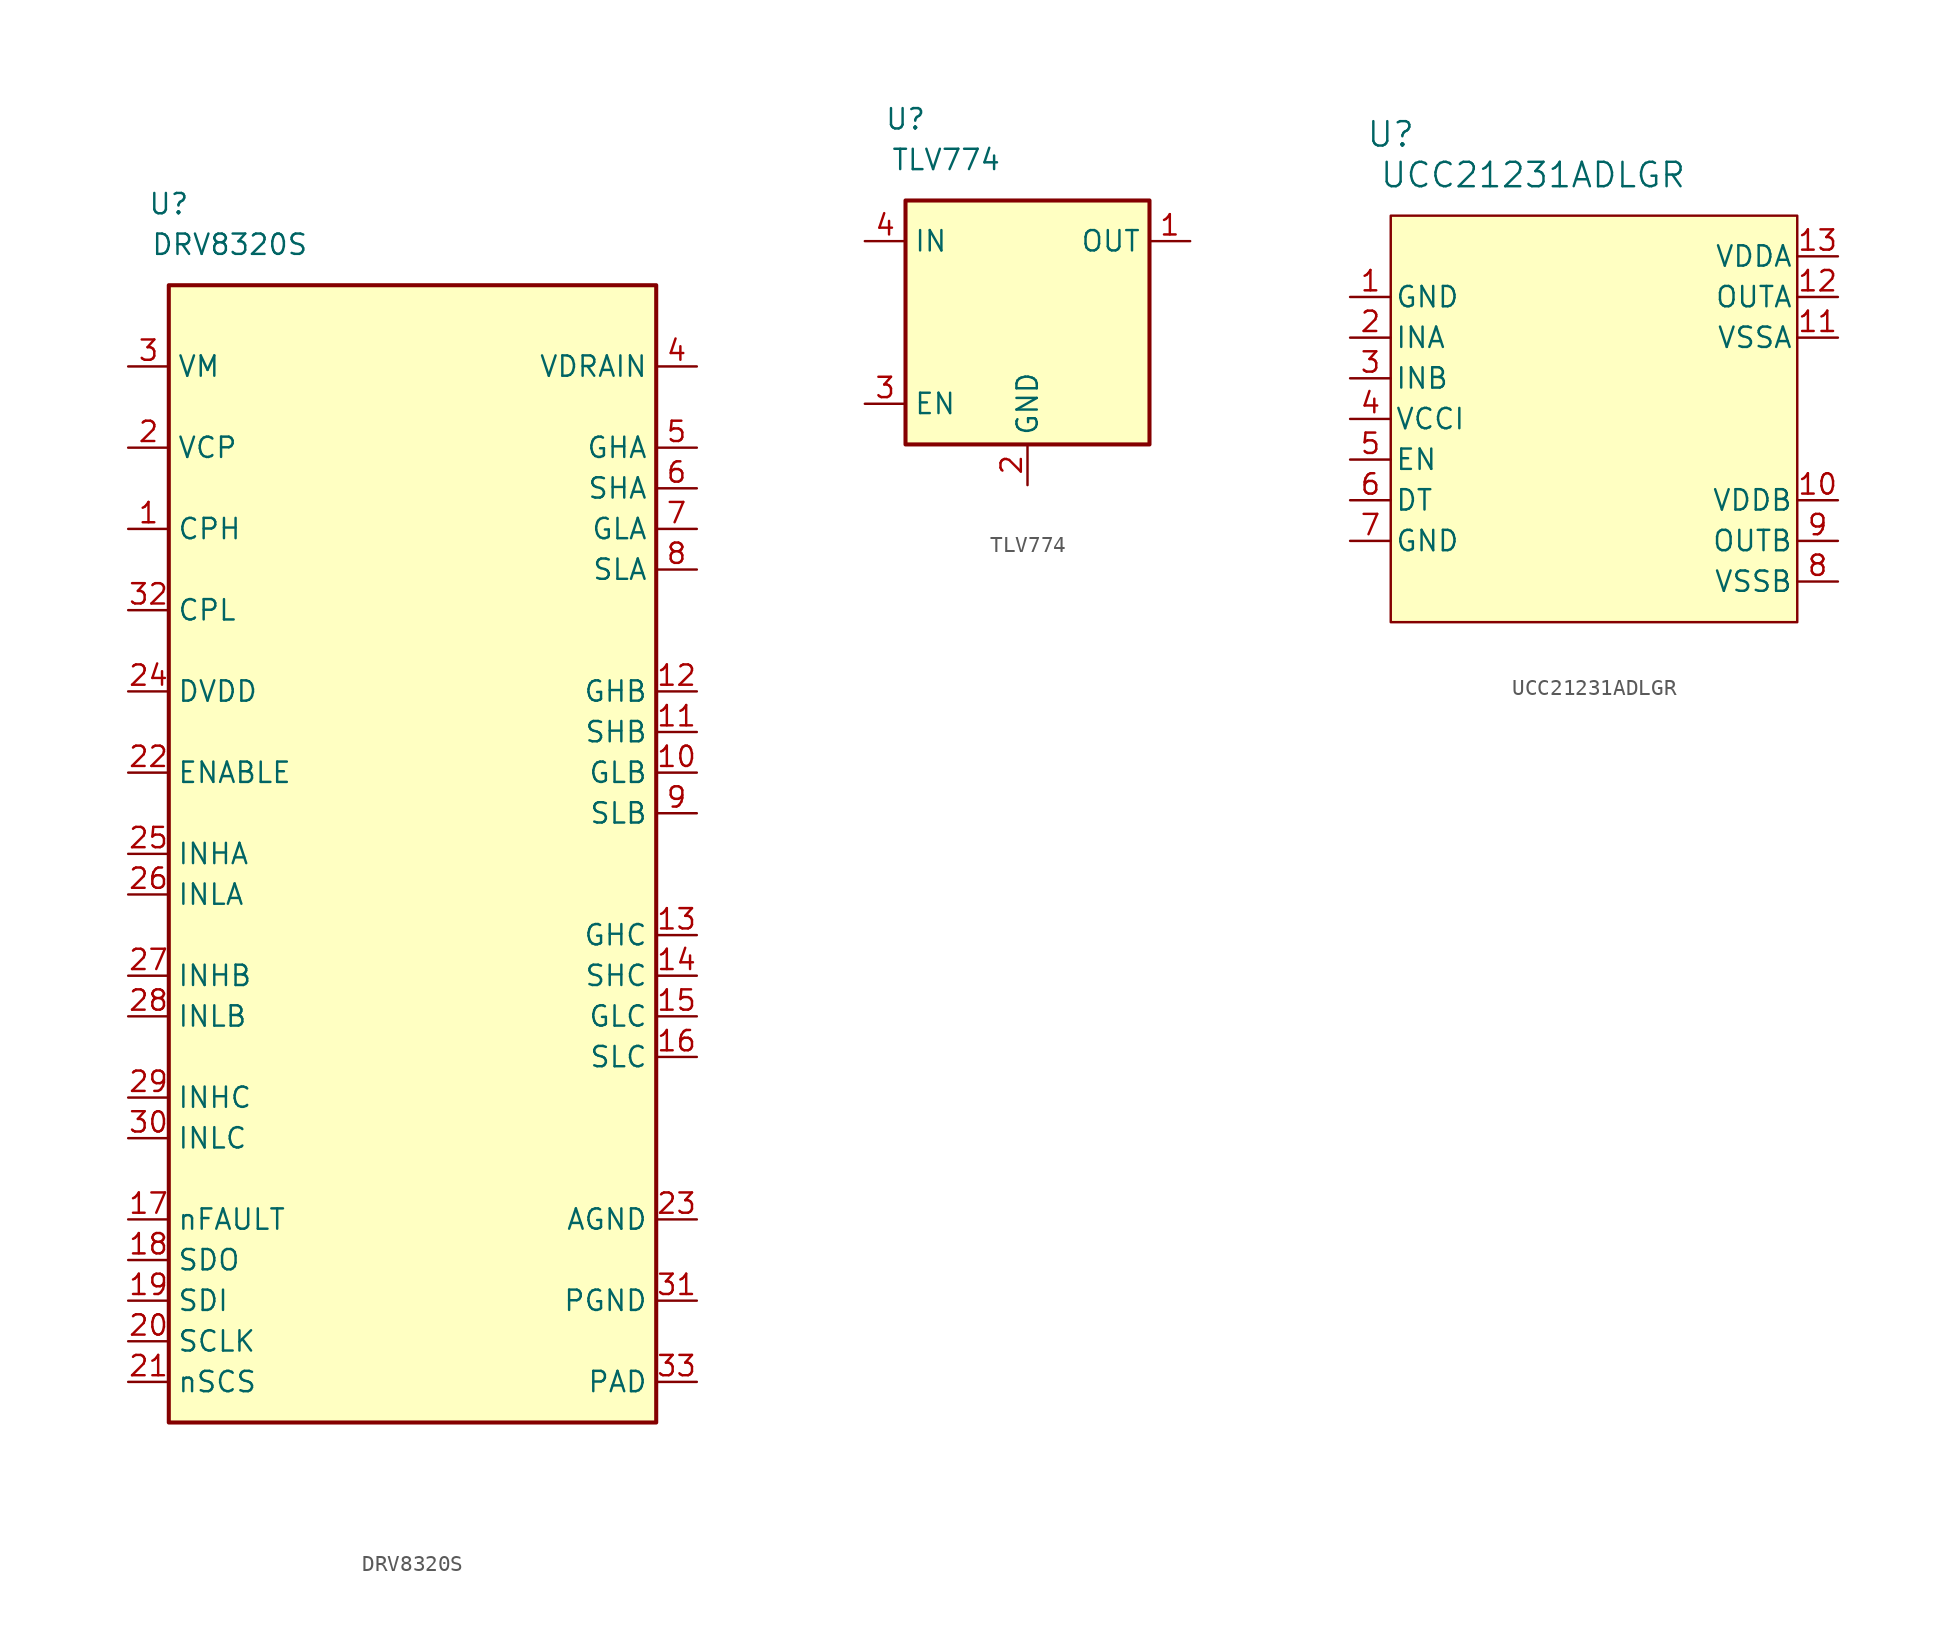
<source format=kicad_sym>
(kicad_symbol_lib
  (version 20231120)
  (generator "kicad_symbol_editor")
  (generator_version "8.0")
  (symbol "DRV8320S"
    (property "Reference" "U"
      (at -15.24 40.64 0)
      (effects (font (size 1.27 1.27))))
    (property "Value" "DRV8320S"
      (at -11.43 38.1 0)
      (effects (font (size 1.27 1.27))))
    (symbol "DRV8320S_0_1"
      (rectangle (start -15.24 35.56) (end 15.24 -35.56) (stroke (width 0.254) (type default)) (fill (type background))))
    (symbol "DRV8320S_1_1"
      (pin passive line (at -17.78 20.32 0) (length 2.54) (name "CPH" (effects (font (size 1.27 1.27)))) (number "1" (effects (font (size 1.27 1.27)))))
      (pin output line (at 17.78 5.08 180) (length 2.54) (name "GLB" (effects (font (size 1.27 1.27)))) (number "10" (effects (font (size 1.27 1.27)))))
      (pin output line (at 17.78 7.62 180) (length 2.54) (name "SHB" (effects (font (size 1.27 1.27)))) (number "11" (effects (font (size 1.27 1.27)))))
      (pin output line (at 17.78 10.16 180) (length 2.54) (name "GHB" (effects (font (size 1.27 1.27)))) (number "12" (effects (font (size 1.27 1.27)))))
      (pin output line (at 17.78 -5.08 180) (length 2.54) (name "GHC" (effects (font (size 1.27 1.27)))) (number "13" (effects (font (size 1.27 1.27)))))
      (pin output line (at 17.78 -7.62 180) (length 2.54) (name "SHC" (effects (font (size 1.27 1.27)))) (number "14" (effects (font (size 1.27 1.27)))))
      (pin output line (at 17.78 -10.16 180) (length 2.54) (name "GLC" (effects (font (size 1.27 1.27)))) (number "15" (effects (font (size 1.27 1.27)))))
      (pin passive line (at 17.78 -12.7 180) (length 2.54) (name "SLC" (effects (font (size 1.27 1.27)))) (number "16" (effects (font (size 1.27 1.27)))))
      (pin output line (at -17.78 -22.86 0) (length 2.54) (name "nFAULT" (effects (font (size 1.27 1.27)))) (number "17" (effects (font (size 1.27 1.27)))))
      (pin output line (at -17.78 -25.4 0) (length 2.54) (name "SDO" (effects (font (size 1.27 1.27)))) (number "18" (effects (font (size 1.27 1.27)))))
      (pin input line (at -17.78 -27.94 0) (length 2.54) (name "SDI" (effects (font (size 1.27 1.27)))) (number "19" (effects (font (size 1.27 1.27)))))
      (pin passive line (at -17.78 25.4 0) (length 2.54) (name "VCP" (effects (font (size 1.27 1.27)))) (number "2" (effects (font (size 1.27 1.27)))))
      (pin input line (at -17.78 -30.48 0) (length 2.54) (name "SCLK" (effects (font (size 1.27 1.27)))) (number "20" (effects (font (size 1.27 1.27)))))
      (pin input line (at -17.78 -33.02 0) (length 2.54) (name "nSCS" (effects (font (size 1.27 1.27)))) (number "21" (effects (font (size 1.27 1.27)))))
      (pin input line (at -17.78 5.08 0) (length 2.54) (name "ENABLE" (effects (font (size 1.27 1.27)))) (number "22" (effects (font (size 1.27 1.27)))))
      (pin power_in line (at 17.78 -22.86 180) (length 2.54) (name "AGND" (effects (font (size 1.27 1.27)))) (number "23" (effects (font (size 1.27 1.27)))))
      (pin power_out line (at -17.78 10.16 0) (length 2.54) (name "DVDD" (effects (font (size 1.27 1.27)))) (number "24" (effects (font (size 1.27 1.27)))))
      (pin input line (at -17.78 0 0) (length 2.54) (name "INHA" (effects (font (size 1.27 1.27)))) (number "25" (effects (font (size 1.27 1.27)))))
      (pin input line (at -17.78 -2.54 0) (length 2.54) (name "INLA" (effects (font (size 1.27 1.27)))) (number "26" (effects (font (size 1.27 1.27)))))
      (pin input line (at -17.78 -7.62 0) (length 2.54) (name "INHB" (effects (font (size 1.27 1.27)))) (number "27" (effects (font (size 1.27 1.27)))))
      (pin input line (at -17.78 -10.16 0) (length 2.54) (name "INLB" (effects (font (size 1.27 1.27)))) (number "28" (effects (font (size 1.27 1.27)))))
      (pin input line (at -17.78 -15.24 0) (length 2.54) (name "INHC" (effects (font (size 1.27 1.27)))) (number "29" (effects (font (size 1.27 1.27)))))
      (pin power_in line (at -17.78 30.48 0) (length 2.54) (name "VM" (effects (font (size 1.27 1.27)))) (number "3" (effects (font (size 1.27 1.27)))))
      (pin input line (at -17.78 -17.78 0) (length 2.54) (name "INLC" (effects (font (size 1.27 1.27)))) (number "30" (effects (font (size 1.27 1.27)))))
      (pin power_in line (at 17.78 -27.94 180) (length 2.54) (name "PGND" (effects (font (size 1.27 1.27)))) (number "31" (effects (font (size 1.27 1.27)))))
      (pin passive line (at -17.78 15.24 0) (length 2.54) (name "CPL" (effects (font (size 1.27 1.27)))) (number "32" (effects (font (size 1.27 1.27)))))
      (pin input line (at 17.78 -33.02 180) (length 2.54) (name "PAD" (effects (font (size 1.27 1.27)))) (number "33" (effects (font (size 1.27 1.27)))))
      (pin passive line (at 17.78 30.48 180) (length 2.54) (name "VDRAIN" (effects (font (size 1.27 1.27)))) (number "4" (effects (font (size 1.27 1.27)))))
      (pin output line (at 17.78 25.4 180) (length 2.54) (name "GHA" (effects (font (size 1.27 1.27)))) (number "5" (effects (font (size 1.27 1.27)))))
      (pin output line (at 17.78 22.86 180) (length 2.54) (name "SHA" (effects (font (size 1.27 1.27)))) (number "6" (effects (font (size 1.27 1.27)))))
      (pin output line (at 17.78 20.32 180) (length 2.54) (name "GLA" (effects (font (size 1.27 1.27)))) (number "7" (effects (font (size 1.27 1.27)))))
      (pin passive line (at 17.78 17.78 180) (length 2.54) (name "SLA" (effects (font (size 1.27 1.27)))) (number "8" (effects (font (size 1.27 1.27)))))
      (pin passive line (at 17.78 2.54 180) (length 2.54) (name "SLB" (effects (font (size 1.27 1.27)))) (number "9" (effects (font (size 1.27 1.27)))))))
  (symbol "TLV774"
    (property "Reference" "U"
      (at -7.62 12.7 0)
      (effects (font (size 1.27 1.27))))
    (property "Value" "TLV774"
      (at -5.08 10.16 0)
      (effects (font (size 1.27 1.27))))
    (symbol "TLV774_0_1"
      (rectangle (start -7.62 7.62) (end 7.62 -7.62) (stroke (width 0.254) (type default)) (fill (type background))))
    (symbol "TLV774_1_1"
      (pin power_out line (at 10.16 5.08 180) (length 2.54) (name "OUT" (effects (font (size 1.27 1.27)))) (number "1" (effects (font (size 1.27 1.27)))))
      (pin power_in line (at 0 -10.16 90) (length 2.54) (name "GND" (effects (font (size 1.27 1.27)))) (number "2" (effects (font (size 1.27 1.27)))))
      (pin input line (at -10.16 -5.08 0) (length 2.54) (name "EN" (effects (font (size 1.27 1.27)))) (number "3" (effects (font (size 1.27 1.27)))))
      (pin power_in line (at -10.16 5.08 0) (length 2.54) (name "IN" (effects (font (size 1.27 1.27)))) (number "4" (effects (font (size 1.27 1.27)))))
      (pin power_in line (at 0 -10.16 90) (length 2.54) hide (name "PAD" (effects (font (size 1.27 1.27)))) (number "5" (effects (font (size 1.27 1.27)))))))
  (symbol "UCC21231ADLGR"
    (pin_names
      (offset 0.254))
    (property "Reference" "U"
      (at -12.7 17.78 0)
      (effects (font (size 1.524 1.524))))
    (property "Value" "UCC21231ADLGR"
      (at -3.81 15.24 0)
      (effects (font (size 1.524 1.524))))
    (symbol "UCC21231ADLGR_0_1"
      (pin power_out line (at -15.24 7.62 0) (length 2.54) (name "GND" (effects (font (size 1.27 1.27)))) (number "1" (effects (font (size 1.27 1.27)))))
      (pin power_in line (at 15.24 -5.08 180) (length 2.54) (name "VDDB" (effects (font (size 1.27 1.27)))) (number "10" (effects (font (size 1.27 1.27)))))
      (pin power_out line (at 15.24 5.08 180) (length 2.54) (name "VSSA" (effects (font (size 1.27 1.27)))) (number "11" (effects (font (size 1.27 1.27)))))
      (pin output line (at 15.24 7.62 180) (length 2.54) (name "OUTA" (effects (font (size 1.27 1.27)))) (number "12" (effects (font (size 1.27 1.27)))))
      (pin power_in line (at 15.24 10.16 180) (length 2.54) (name "VDDA" (effects (font (size 1.27 1.27)))) (number "13" (effects (font (size 1.27 1.27)))))
      (pin input line (at -15.24 5.08 0) (length 2.54) (name "INA" (effects (font (size 1.27 1.27)))) (number "2" (effects (font (size 1.27 1.27)))))
      (pin input line (at -15.24 2.54 0) (length 2.54) (name "INB" (effects (font (size 1.27 1.27)))) (number "3" (effects (font (size 1.27 1.27)))))
      (pin power_in line (at -15.24 0 0) (length 2.54) (name "VCCI" (effects (font (size 1.27 1.27)))) (number "4" (effects (font (size 1.27 1.27)))))
      (pin input line (at -15.24 -2.54 0) (length 2.54) (name "EN" (effects (font (size 1.27 1.27)))) (number "5" (effects (font (size 1.27 1.27)))))
      (pin input line (at -15.24 -5.08 0) (length 2.54) (name "DT" (effects (font (size 1.27 1.27)))) (number "6" (effects (font (size 1.27 1.27)))))
      (pin power_out line (at -15.24 -7.62 0) (length 2.54) (name "GND" (effects (font (size 1.27 1.27)))) (number "7" (effects (font (size 1.27 1.27)))))
      (pin power_out line (at 15.24 -10.16 180) (length 2.54) (name "VSSB" (effects (font (size 1.27 1.27)))) (number "8" (effects (font (size 1.27 1.27)))))
      (pin output line (at 15.24 -7.62 180) (length 2.54) (name "OUTB" (effects (font (size 1.27 1.27)))) (number "9" (effects (font (size 1.27 1.27))))))
    (symbol "UCC21231ADLGR_1_1"
      (rectangle (start -12.7 12.7) (end 12.7 -12.7) (stroke (width 0) (type default)) (fill (type color) (color 255 255 194 1))))))
</source>
